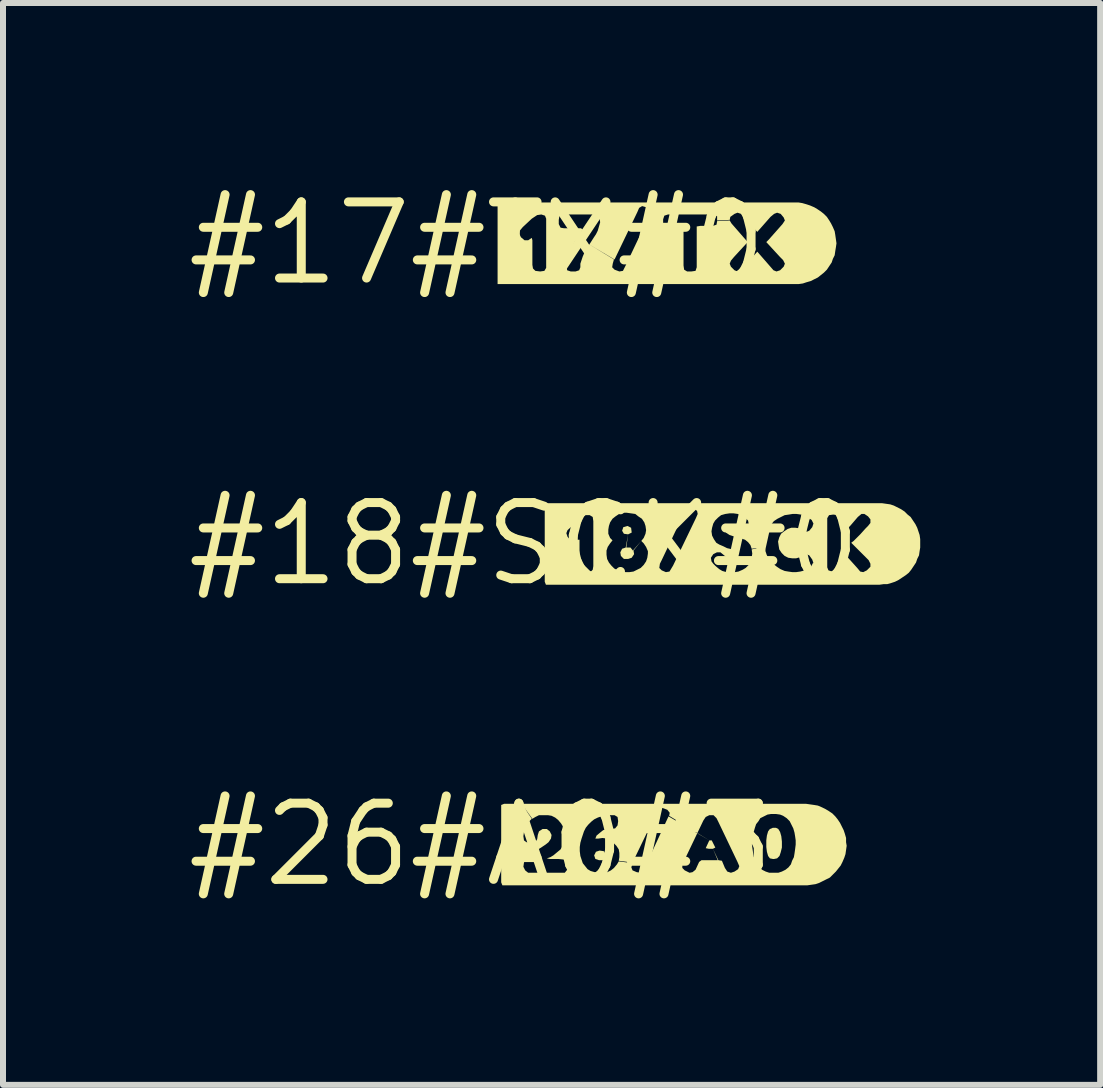
<source format=kicad_pcb>
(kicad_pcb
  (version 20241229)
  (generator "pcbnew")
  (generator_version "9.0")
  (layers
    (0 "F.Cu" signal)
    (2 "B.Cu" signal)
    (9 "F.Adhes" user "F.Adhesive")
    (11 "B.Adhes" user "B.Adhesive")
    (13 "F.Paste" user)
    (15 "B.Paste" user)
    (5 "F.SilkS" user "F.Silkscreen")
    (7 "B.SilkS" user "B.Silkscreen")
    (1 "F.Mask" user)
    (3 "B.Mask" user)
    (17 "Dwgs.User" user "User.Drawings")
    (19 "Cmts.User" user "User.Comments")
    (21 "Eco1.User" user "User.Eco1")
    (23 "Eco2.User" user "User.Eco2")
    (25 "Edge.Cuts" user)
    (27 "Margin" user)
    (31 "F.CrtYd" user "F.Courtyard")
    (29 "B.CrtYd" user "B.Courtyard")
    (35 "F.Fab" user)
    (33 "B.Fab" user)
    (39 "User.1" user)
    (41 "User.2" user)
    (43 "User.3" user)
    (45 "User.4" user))
  (footprint "#17#TX#0"
    (layer "F.Cu")
    (at 4.906 1.006)
    (property "Reference" "#17#TX#0" (at 0 0 0) (layer "F.SilkS") (effects (font (size 1.27 1.27) (thickness 0.15))))
    (attr through_hole)
    (fp_poly (pts (xy 0.68 -0.68) (xy 0.34 -0.68) (xy 0.34 0.61) (xy 0.34 0.68) (xy 5.29 0.68) (xy 5.36 0.68) (xy 5.43 0.67) (xy 5.49 0.65) (xy 5.56 0.63) (xy 5.62 0.6) (xy 5.68 0.57) (xy 5.73 0.53) (xy 5.78 0.49) (xy 5.83 0.44) (xy 5.87 0.38) (xy 5.91 0.32) (xy 5.93 0.26) (xy 5.96 0.2) (xy 5.97 0.13) (xy 5.98 0.07) (xy 5.99 0) (xy 5.98 -0.07) (xy 5.97 -0.14) (xy 5.96 -0.2) (xy 5.93 -0.27) (xy 5.9 -0.33) (xy 5.87 -0.38) (xy 5.83 -0.44) (xy 5.78 -0.49) (xy 5.73 -0.53) (xy 5.67 -0.57) (xy 5.62 -0.6) (xy 5.55 -0.63) (xy 5.49 -0.65) (xy 5.42 -0.67) (xy 5.36 -0.68) (xy 5.29 -0.68) (xy 0.68 -0.68) (xy 0.91 -0.41) (xy 1 -0.47) (xy 1.07 -0.48) (xy 1.13 -0.46) (xy 1.15 -0.41) (xy 1.36 -0.39) (xy 1.37 -0.45) (xy 1.43 -0.48) (xy 1.5 -0.48) (xy 1.91 -0.48) (xy 1.94 -0.48) (xy 2.01 -0.46) (xy 2.04 -0.42) (xy 2.05 -0.35) (xy 2.03 -0.28) (xy 2.01 -0.21) (xy 1.98 -0.15) (xy 1.94 -0.09) (xy 1.87 0.02) (xy 2.29 0.27) (xy 2.67 -0.52) (xy 2.7 -0.59) (xy 2.75 -0.62) (xy 2.82 -0.6) (xy 2.88 -0.55) (xy 2.89 -0.51) (xy 3.1 -0.4) (xy 3.12 -0.46) (xy 3.18 -0.48) (xy 3.2 -0.48) (xy 3.88 -0.48) (xy 3.95 -0.48) (xy 4 -0.45) (xy 4 -0.38) (xy 4.21 -0.39) (xy 4.22 -0.44) (xy 4.29 -0.49) (xy 4.34 -0.51) (xy 4.4 -0.49) (xy 4.45 -0.44) (xy 4.63 -0.23) (xy 4.67 -0.19) (xy 4.89 -0.44) (xy 4.95 -0.49) (xy 5 -0.51) (xy 5.06 -0.49) (xy 5.11 -0.43) (xy 5.13 -0.38) (xy 5.09 -0.32) (xy 4.86 -0.06) (xy 4.82 -0.02) (xy 5.05 0.23) (xy 5.1 0.28) (xy 5.13 0.34) (xy 5.11 0.39) (xy 5.05 0.45) (xy 4.99 0.47) (xy 4.94 0.45) (xy 4.67 0.14) (xy 4.45 0.39) (xy 4.4 0.45) (xy 4.34 0.47) (xy 4.29 0.45) (xy 4.23 0.39) (xy 4.21 0.34) (xy 4.23 0.29) (xy 4.28 0.23) (xy 4.51 -0.02) (xy 4.24 -0.33) (xy 4.21 -0.38) (xy 4 -0.37) (xy 3.99 -0.31) (xy 3.93 -0.29) (xy 3.72 -0.29) (xy 3.66 -0.28) (xy 3.66 0.33) (xy 3.66 0.4) (xy 3.64 0.46) (xy 3.57 0.47) (xy 3.5 0.47) (xy 3.45 0.44) (xy 3.44 0.37) (xy 3.44 -0.24) (xy 3.42 -0.29) (xy 3.22 -0.29) (xy 3.15 -0.29) (xy 3.1 -0.33) (xy 3.1 -0.4) (xy 2.89 -0.51) (xy 2.86 -0.44) (xy 2.48 0.36) (xy 2.43 0.46) (xy 2.37 0.47) (xy 2.29 0.44) (xy 2.25 0.4) (xy 2.26 0.34) (xy 2.28 0.27) (xy 1.87 0.02) (xy 1.79 0.15) (xy 1.76 0.22) (xy 1.74 0.28) (xy 1.72 0.34) (xy 1.72 0.4) (xy 1.7 0.45) (xy 1.64 0.47) (xy 1.56 0.47) (xy 1.5 0.45) (xy 1.49 0.39) (xy 1.49 0.32) (xy 1.5 0.25) (xy 1.52 0.18) (xy 1.55 0.12) (xy 1.58 0.06) (xy 1.61 0) (xy 1.65 -0.06) (xy 1.76 -0.23) (xy 1.73 -0.25) (xy 1.45 -0.25) (xy 1.39 -0.26) (xy 1.36 -0.32) (xy 1.36 -0.39) (xy 1.15 -0.41) (xy 1.15 0.41) (xy 1.12 0.46) (xy 1.05 0.47) (xy 0.97 0.46) (xy 0.93 0.42) (xy 0.92 0.36) (xy 0.92 -0.05) (xy 0.91 -0.09) (xy 0.85 -0.05) (xy 0.79 -0.05) (xy 0.73 -0.1) (xy 0.7 -0.16) (xy 0.71 -0.21) (xy 0.76 -0.27) (xy 0.91 -0.41)) (stroke (width 0) (type solid)) (fill yes) (layer "F.SilkS")))
  (footprint "#18#SCK#0"
    (layer "F.Cu")
    (at 5.692 6.019)
    (property "Reference" "#18#SCK#0" (at 0 0 0) (layer "F.SilkS") (effects (font (size 1.27 1.27) (thickness 0.15))))
    (attr through_hole)
    (fp_poly (pts (xy 0.65 -0.68) (xy 0.38 -0.68) (xy 0.34 -0.65) (xy 0.34 0.63) (xy 0.36 0.68) (xy 5.92 0.68) (xy 5.99 0.67) (xy 6.05 0.67) (xy 6.12 0.65) (xy 6.18 0.63) (xy 6.24 0.6) (xy 6.3 0.56) (xy 6.36 0.52) (xy 6.41 0.48) (xy 6.45 0.43) (xy 6.49 0.37) (xy 6.53 0.31) (xy 6.55 0.25) (xy 6.58 0.19) (xy 6.59 0.12) (xy 6.6 0.06) (xy 6.6 -0.01) (xy 6.6 -0.08) (xy 6.59 -0.15) (xy 6.57 -0.21) (xy 6.55 -0.27) (xy 6.52 -0.33) (xy 6.48 -0.39) (xy 6.44 -0.45) (xy 6.39 -0.49) (xy 6.34 -0.54) (xy 6.28 -0.58) (xy 6.22 -0.61) (xy 6.16 -0.64) (xy 6.1 -0.66) (xy 6.03 -0.67) (xy 5.96 -0.68) (xy 5.89 -0.68) (xy 0.68 -0.68) (xy 0.93 -0.42) (xy 1.02 -0.48) (xy 1.09 -0.48) (xy 1.14 -0.45) (xy 1.15 -0.38) (xy 1.15 0.37) (xy 1.61 0.2) (xy 1.6 0.14) (xy 1.63 0.08) (xy 1.69 0.06) (xy 1.73 -0.16) (xy 1.66 -0.17) (xy 1.63 -0.22) (xy 1.65 -0.28) (xy 1.72 -0.3) (xy 1.78 -0.27) (xy 1.79 -0.19) (xy 1.73 -0.16) (xy 1.7 0.06) (xy 1.77 0.06) (xy 1.81 0.11) (xy 1.95 -0.05) (xy 1.99 -0.01) (xy 2.03 0.05) (xy 2.06 0.12) (xy 2.06 0.16) (xy 2.05 0.23) (xy 2.26 0.33) (xy 2.29 0.27) (xy 2.67 -0.53) (xy 2.71 -0.59) (xy 2.76 -0.62) (xy 2.82 -0.6) (xy 2.88 -0.55) (xy 2.89 -0.5) (xy 2.86 -0.43) (xy 3.15 -0.34) (xy 3.18 -0.39) (xy 3.23 -0.44) (xy 3.28 -0.48) (xy 3.35 -0.5) (xy 3.42 -0.51) (xy 3.49 -0.51) (xy 3.56 -0.5) (xy 3.63 -0.47) (xy 3.68 -0.44) (xy 3.73 -0.39) (xy 3.74 -0.34) (xy 3.7 -0.27) (xy 3.65 -0.23) (xy 3.6 -0.23) (xy 3.53 -0.27) (xy 3.48 -0.3) (xy 3.41 -0.29) (xy 3.36 -0.25) (xy 3.36 -0.19) (xy 3.42 -0.15) (xy 3.48 -0.13) (xy 3.55 -0.11) (xy 3.62 -0.09) (xy 3.68 -0.07) (xy 3.73 -0.03) (xy 3.77 0.02) (xy 3.79 0.08) (xy 4.01 0.05) (xy 4 -0.02) (xy 4.01 -0.09) (xy 4.02 -0.16) (xy 4.04 -0.22) (xy 4.08 -0.28) (xy 4.12 -0.33) (xy 4.16 -0.38) (xy 4.22 -0.42) (xy 4.28 -0.45) (xy 4.34 -0.48) (xy 4.41 -0.49) (xy 4.47 -0.5) (xy 4.54 -0.5) (xy 4.61 -0.49) (xy 4.68 -0.47) (xy 4.73 -0.44) (xy 4.79 -0.4) (xy 4.82 -0.34) (xy 4.8 -0.28) (xy 4.75 -0.22) (xy 4.7 -0.2) (xy 4.64 -0.22) (xy 4.59 -0.26) (xy 4.52 -0.27) (xy 4.45 -0.27) (xy 4.39 -0.25) (xy 4.33 -0.21) (xy 4.28 -0.17) (xy 4.25 -0.11) (xy 4.23 -0.04) (xy 4.24 0.03) (xy 4.25 0.09) (xy 4.29 0.15) (xy 4.34 0.2) (xy 4.4 0.23) (xy 4.47 0.24) (xy 4.53 0.24) (xy 4.6 0.22) (xy 4.64 0.2) (xy 4.7 0.17) (xy 4.75 0.19) (xy 4.8 0.26) (xy 4.82 0.32) (xy 5.05 0.31) (xy 5.05 -0.43) (xy 5.08 -0.48) (xy 5.15 -0.49) (xy 5.23 -0.48) (xy 5.27 -0.45) (xy 5.28 -0.38) (xy 5.28 -0.17) (xy 5.29 -0.15) (xy 5.44 -0.31) (xy 5.56 -0.45) (xy 5.62 -0.5) (xy 5.67 -0.5) (xy 5.73 -0.46) (xy 5.77 -0.41) (xy 5.77 -0.35) (xy 5.73 -0.3) (xy 5.69 -0.26) (xy 5.6 -0.16) (xy 5.49 -0.05) (xy 5.45 -0.02) (xy 5.62 0.15) (xy 5.74 0.27) (xy 5.77 0.33) (xy 5.77 0.38) (xy 5.71 0.44) (xy 5.65 0.47) (xy 5.6 0.46) (xy 5.55 0.4) (xy 5.28 0.1) (xy 5.28 0.16) (xy 5.28 0.36) (xy 5.26 0.43) (xy 5.22 0.46) (xy 5.13 0.46) (xy 5.07 0.44) (xy 5.05 0.39) (xy 5.05 0.31) (xy 4.81 0.32) (xy 4.78 0.38) (xy 4.73 0.41) (xy 4.68 0.44) (xy 4.6 0.46) (xy 4.53 0.47) (xy 4.47 0.47) (xy 4.4 0.46) (xy 4.34 0.45) (xy 4.27 0.42) (xy 4.21 0.38) (xy 4.16 0.34) (xy 4.11 0.29) (xy 4.07 0.24) (xy 4.04 0.18) (xy 4.02 0.12) (xy 4.01 0.05) (xy 3.79 0.09) (xy 3.8 0.16) (xy 3.79 0.23) (xy 3.77 0.29) (xy 3.74 0.35) (xy 3.69 0.4) (xy 3.64 0.43) (xy 3.57 0.46) (xy 3.51 0.47) (xy 3.44 0.47) (xy 3.37 0.47) (xy 3.3 0.45) (xy 3.25 0.42) (xy 3.19 0.37) (xy 3.15 0.33) (xy 3.12 0.29) (xy 3.11 0.23) (xy 3.15 0.17) (xy 3.21 0.14) (xy 3.27 0.14) (xy 3.38 0.23) (xy 3.45 0.26) (xy 3.52 0.24) (xy 3.56 0.2) (xy 3.56 0.14) (xy 3.51 0.1) (xy 3.38 0.07) (xy 3.32 0.04) (xy 3.25 0.01) (xy 3.2 -0.02) (xy 3.16 -0.08) (xy 3.13 -0.14) (xy 3.12 -0.21) (xy 3.13 -0.27) (xy 3.15 -0.34) (xy 2.86 -0.43) (xy 2.48 0.36) (xy 2.42 0.46) (xy 2.36 0.47) (xy 2.29 0.44) (xy 2.25 0.4) (xy 2.26 0.33) (xy 2.05 0.23) (xy 2.03 0.29) (xy 1.99 0.35) (xy 1.94 0.4) (xy 1.88 0.43) (xy 1.82 0.46) (xy 1.75 0.47) (xy 1.69 0.47) (xy 1.62 0.46) (xy 1.56 0.44) (xy 1.5 0.41) (xy 1.45 0.36) (xy 1.41 0.31) (xy 1.38 0.25) (xy 1.37 0.18) (xy 1.37 0.11) (xy 1.39 0.05) (xy 1.43 -0.01) (xy 1.47 -0.06) (xy 1.43 -0.1) (xy 1.4 -0.17) (xy 1.4 -0.24) (xy 1.41 -0.3) (xy 1.43 -0.36) (xy 1.47 -0.42) (xy 1.52 -0.46) (xy 1.58 -0.5) (xy 1.65 -0.52) (xy 1.71 -0.52) (xy 1.78 -0.51) (xy 1.85 -0.5) (xy 1.9 -0.46) (xy 1.96 -0.42) (xy 2 -0.36) (xy 2.02 -0.3) (xy 2.03 -0.23) (xy 2.02 -0.17) (xy 1.99 -0.1) (xy 1.95 -0.05) (xy 1.82 0.11) (xy 1.83 0.17) (xy 1.79 0.23) (xy 1.73 0.25) (xy 1.66 0.25) (xy 1.61 0.2) (xy 1.15 0.37) (xy 1.14 0.43) (xy 1.1 0.47) (xy 1.02 0.47) (xy 0.95 0.45) (xy 0.92 0.4) (xy 0.92 0.34) (xy 0.92 -0.07) (xy 0.89 -0.07) (xy 0.83 -0.05) (xy 0.77 -0.06) (xy 0.72 -0.12) (xy 0.7 -0.18) (xy 0.72 -0.23) (xy 0.93 -0.42) (xy 0.68 -0.68)) (stroke (width 0) (type solid)) (fill yes) (layer "F.SilkS")))
  (footprint "#26#A0#3"
    (layer "F.Cu")
    (at 4.966 11.031)
    (property "Reference" "#26#A0#3" (at 0 0 0) (layer "F.SilkS") (effects (font (size 1.27 1.27) (thickness 0.15))))
    (attr through_hole)
    (fp_poly (pts (xy 0.66 -0.68) (xy 0.39 -0.68) (xy 0.34 -0.66) (xy 0.34 0.63) (xy 0.36 0.68) (xy 5.37 0.68) (xy 5.44 0.68) (xy 5.51 0.67) (xy 5.58 0.66) (xy 5.64 0.64) (xy 5.7 0.61) (xy 5.76 0.58) (xy 5.82 0.55) (xy 5.87 0.5) (xy 5.92 0.45) (xy 5.96 0.4) (xy 6 0.35) (xy 6.03 0.29) (xy 6.06 0.22) (xy 6.08 0.16) (xy 6.09 0.09) (xy 6.1 0.02) (xy 6.09 -0.04) (xy 6.09 -0.11) (xy 6.07 -0.18) (xy 6.05 -0.24) (xy 6.02 -0.3) (xy 5.99 -0.36) (xy 5.95 -0.42) (xy 5.91 -0.47) (xy 5.86 -0.52) (xy 5.8 -0.56) (xy 5.75 -0.59) (xy 5.69 -0.62) (xy 5.62 -0.65) (xy 5.56 -0.66) (xy 5.49 -0.67) (xy 5.42 -0.68) (xy 0.68 -0.68) (xy 0.86 -0.43) (xy 0.91 -0.46) (xy 0.97 -0.49) (xy 1.04 -0.49) (xy 1.12 -0.49) (xy 1.18 -0.48) (xy 1.24 -0.45) (xy 1.29 -0.41) (xy 1.34 -0.35) (xy 1.37 -0.3) (xy 1.4 -0.23) (xy 1.41 -0.17) (xy 1.41 -0.1) (xy 1.39 -0.03) (xy 1.36 0.03) (xy 1.33 0.08) (xy 1.27 0.13) (xy 1.21 0.18) (xy 1.16 0.21) (xy 1.1 0.23) (xy 1.15 0.24) (xy 1.29 0.24) (xy 1.39 0.25) (xy 1.44 0.29) (xy 1.89 0.18) (xy 1.92 0.12) (xy 1.98 0.1) (xy 1.96 -0.1) (xy 2.03 -0.11) (xy 2.1 -0.1) (xy 2.16 -0.07) (xy 2.21 -0.03) (xy 2.26 0.02) (xy 2.3 0.08) (xy 2.31 0.14) (xy 2.31 0.21) (xy 2.3 0.27) (xy 2.53 0.3) (xy 2.94 -0.55) (xy 2.98 -0.61) (xy 3.03 -0.61) (xy 3.11 -0.58) (xy 3.15 -0.53) (xy 3.14 -0.48) (xy 3.81 -0.07) (xy 3.85 -0.07) (xy 3.91 0.05) (xy 3.87 0.07) (xy 3.95 0.26) (xy 3.68 0.26) (xy 3.64 0.29) (xy 3.58 0.42) (xy 3.53 0.46) (xy 3.48 0.47) (xy 3.4 0.43) (xy 3.36 0.39) (xy 3.36 0.34) (xy 3.39 0.27) (xy 3.71 -0.4) (xy 3.75 -0.46) (xy 3.81 -0.49) (xy 3.88 -0.49) (xy 3.93 -0.44) (xy 3.96 -0.38) (xy 4.28 0.29) (xy 4.77 0.12) (xy 4.76 0.04) (xy 4.76 -0.07) (xy 4.77 -0.15) (xy 4.79 -0.22) (xy 4.82 -0.26) (xy 4.87 -0.28) (xy 4.92 -0.28) (xy 4.96 -0.26) (xy 4.99 -0.21) (xy 5.21 -0.27) (xy 5.23 -0.2) (xy 5.24 -0.14) (xy 5.25 -0.07) (xy 5.25 0) (xy 5.24 0.08) (xy 5.23 0.15) (xy 5.22 0.21) (xy 5.19 0.27) (xy 5.17 0.33) (xy 5.13 0.38) (xy 5.08 0.42) (xy 5.02 0.45) (xy 4.96 0.47) (xy 4.88 0.47) (xy 4.81 0.47) (xy 4.75 0.45) (xy 4.69 0.42) (xy 4.64 0.37) (xy 4.6 0.32) (xy 4.57 0.26) (xy 4.55 0.2) (xy 4.54 0.14) (xy 4.53 0.07) (xy 4.52 0) (xy 4.53 -0.08) (xy 4.53 -0.15) (xy 4.55 -0.21) (xy 4.57 -0.28) (xy 4.59 -0.34) (xy 4.63 -0.39) (xy 4.66 -0.44) (xy 4.72 -0.47) (xy 4.78 -0.5) (xy 4.84 -0.51) (xy 4.92 -0.51) (xy 4.99 -0.5) (xy 5.04 -0.48) (xy 5.1 -0.44) (xy 5.15 -0.39) (xy 5.18 -0.33) (xy 5.21 -0.27) (xy 4.99 -0.21) (xy 5.01 -0.14) (xy 5.02 -0.05) (xy 5.02 0.05) (xy 5 0.13) (xy 4.98 0.19) (xy 4.94 0.23) (xy 4.89 0.24) (xy 4.87 0.24) (xy 4.82 0.23) (xy 4.79 0.19) (xy 4.77 0.12) (xy 4.28 0.29) (xy 4.31 0.36) (xy 4.29 0.41) (xy 4.23 0.45) (xy 4.17 0.47) (xy 4.11 0.45) (xy 4.07 0.39) (xy 4.02 0.27) (xy 3.96 0.26) (xy 3.87 0.07) (xy 3.8 0.07) (xy 3.75 0.06) (xy 3.81 -0.07) (xy 3.13 -0.47) (xy 2.73 0.39) (xy 2.7 0.43) (xy 2.66 0.47) (xy 2.6 0.46) (xy 2.53 0.43) (xy 2.51 0.38) (xy 2.53 0.31) (xy 2.3 0.28) (xy 2.27 0.33) (xy 2.22 0.39) (xy 2.17 0.43) (xy 2.11 0.46) (xy 2.04 0.47) (xy 1.97 0.47) (xy 1.9 0.46) (xy 1.83 0.44) (xy 1.78 0.41) (xy 1.74 0.36) (xy 1.7 0.31) (xy 1.68 0.25) (xy 1.66 0.19) (xy 1.65 0.11) (xy 1.65 0.04) (xy 1.66 -0.03) (xy 1.68 -0.1) (xy 1.7 -0.16) (xy 1.72 -0.22) (xy 1.75 -0.28) (xy 1.79 -0.33) (xy 1.84 -0.38) (xy 1.89 -0.42) (xy 1.95 -0.45) (xy 2.01 -0.47) (xy 2.08 -0.49) (xy 2.15 -0.49) (xy 2.23 -0.49) (xy 2.28 -0.46) (xy 2.29 -0.39) (xy 2.28 -0.32) (xy 2.24 -0.27) (xy 2.18 -0.26) (xy 2.11 -0.26) (xy 2.04 -0.24) (xy 1.99 -0.2) (xy 1.93 -0.15) (xy 1.91 -0.1) (xy 1.96 -0.1) (xy 1.98 0.1) (xy 2.05 0.11) (xy 2.08 0.16) (xy 2.07 0.23) (xy 2.03 0.26) (xy 1.97 0.26) (xy 1.91 0.24) (xy 1.89 0.18) (xy 1.44 0.29) (xy 1.45 0.35) (xy 1.44 0.42) (xy 1.4 0.47) (xy 1.33 0.47) (xy 0.86 0.47) (xy 0.79 0.47) (xy 0.74 0.43) (xy 0.71 0.37) (xy 0.72 0.3) (xy 0.75 0.24) (xy 0.79 0.19) (xy 0.85 0.15) (xy 1.02 0.04) (xy 1.08 0) (xy 1.13 -0.04) (xy 1.17 -0.1) (xy 1.18 -0.16) (xy 1.15 -0.22) (xy 1.1 -0.26) (xy 1.03 -0.26) (xy 0.97 -0.22) (xy 0.95 -0.16) (xy 0.94 -0.09) (xy 0.91 -0.04) (xy 0.84 -0.03) (xy 0.76 -0.04) (xy 0.72 -0.07) (xy 0.71 -0.14) (xy 0.72 -0.21) (xy 0.73 -0.27) (xy 0.76 -0.33) (xy 0.81 -0.39) (xy 0.85 -0.43) (xy 0.68 -0.68)) (stroke (width 0) (type solid)) (fill yes) (layer "F.SilkS")))
  (gr_rect
    (start -3 -3)
    (end 15.292 15.037)
    (stroke (width 0.1) (type default))
    (fill no)
    (layer "Edge.Cuts")))
</source>
